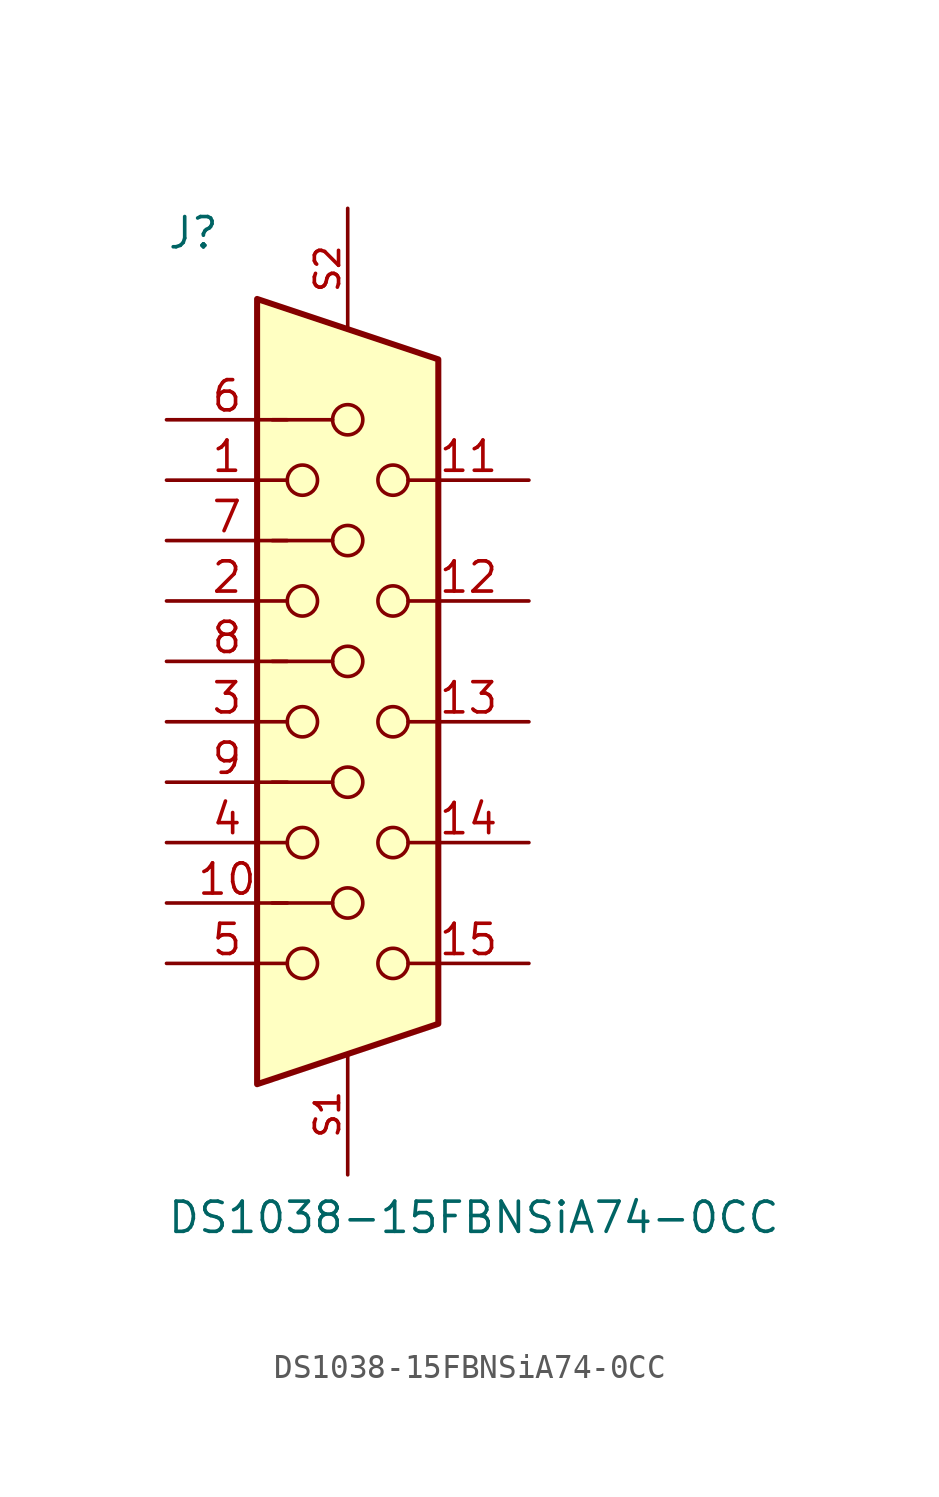
<source format=kicad_sym>
(kicad_symbol_lib
  (version 20241209)
  (generator "kicad_symbol_editor")
  (generator_version "9.0")
  (symbol "DS1038-15FBNSiA74-0CC"
    (pin_names
      (offset 1.016))
    (property "Reference" "J"
      (at -7.62 18.542 0)
      (effects (font (size 1.27 1.27)) (justify left bottom)))
    (property "Value" "DS1038-15FBNSiA74-0CC"
      (at -7.62 -22.86 0)
      (effects (font (size 1.27 1.27)) (justify left bottom)))
    (symbol "DS1038-15FBNSiA74-0CC_0_0"
      (pin passive line (at 0 20.32 270) (length 5.08) (name "SHIELD__1" (effects (font (size 0 0)))) (number "S2" (effects (font (size 1.016 1.016)))))
      (pin passive line (at 0 -20.32 90) (length 5.08) (name "SHIELD" (effects (font (size 0 0)))) (number "S1" (effects (font (size 1.016 1.016))))))
    (symbol "DS1038-15FBNSiA74-0CC_1_1"
      (polyline (pts (xy -3.81 16.51) (xy -3.81 -16.51) (xy 3.81 -13.97) (xy 3.81 13.97) (xy -3.81 16.51)) (stroke (width 0.254) (type solid)) (fill (type background)))
      (polyline (pts (xy -3.175 6.35) (xy -0.635 6.35)) (stroke (width 0) (type solid)) (fill (type none)))
      (circle (center -1.905 8.89) (radius 0.635) (stroke (width 0) (type solid)) (fill (type none)))
      (circle (center -1.905 3.81) (radius 0.635) (stroke (width 0) (type solid)) (fill (type none)))
      (circle (center -1.905 -1.27) (radius 0.635) (stroke (width 0) (type solid)) (fill (type none)))
      (circle (center -1.905 -6.35) (radius 0.635) (stroke (width 0) (type solid)) (fill (type none)))
      (circle (center -1.905 -11.43) (radius 0.635) (stroke (width 0) (type solid)) (fill (type none)))
      (polyline (pts (xy -0.635 11.43) (xy -3.175 11.43)) (stroke (width 0) (type solid)) (fill (type none)))
      (polyline (pts (xy -0.635 1.27) (xy -3.175 1.27)) (stroke (width 0) (type solid)) (fill (type none)))
      (polyline (pts (xy -0.635 -3.81) (xy -3.175 -3.81)) (stroke (width 0) (type solid)) (fill (type none)))
      (polyline (pts (xy -0.635 -8.89) (xy -3.175 -8.89)) (stroke (width 0) (type solid)) (fill (type none)))
      (circle (center 0 11.43) (radius 0.635) (stroke (width 0) (type solid)) (fill (type none)))
      (circle (center 0 6.35) (radius 0.635) (stroke (width 0) (type solid)) (fill (type none)))
      (circle (center 0 1.27) (radius 0.635) (stroke (width 0) (type solid)) (fill (type none)))
      (circle (center 0 -3.81) (radius 0.635) (stroke (width 0) (type solid)) (fill (type none)))
      (circle (center 0 -8.89) (radius 0.635) (stroke (width 0) (type solid)) (fill (type none)))
      (circle (center 1.905 8.89) (radius 0.635) (stroke (width 0) (type solid)) (fill (type none)))
      (circle (center 1.905 3.81) (radius 0.635) (stroke (width 0) (type solid)) (fill (type none)))
      (circle (center 1.905 -1.27) (radius 0.635) (stroke (width 0) (type solid)) (fill (type none)))
      (circle (center 1.905 -6.35) (radius 0.635) (stroke (width 0) (type solid)) (fill (type none)))
      (circle (center 1.905 -11.43) (radius 0.635) (stroke (width 0) (type solid)) (fill (type none)))
      (pin passive line (at -7.62 11.43 0) (length 5.08) (name "~" (effects (font (size 1.27 1.27)))) (number "6" (effects (font (size 1.27 1.27)))))
      (pin passive line (at -7.62 8.89 0) (length 5.08) (name "~" (effects (font (size 1.27 1.27)))) (number "1" (effects (font (size 1.27 1.27)))))
      (pin passive line (at -7.62 6.35 0) (length 5.08) (name "~" (effects (font (size 1.27 1.27)))) (number "7" (effects (font (size 1.27 1.27)))))
      (pin passive line (at -7.62 3.81 0) (length 5.08) (name "~" (effects (font (size 1.27 1.27)))) (number "2" (effects (font (size 1.27 1.27)))))
      (pin passive line (at -7.62 1.27 0) (length 5.08) (name "~" (effects (font (size 1.27 1.27)))) (number "8" (effects (font (size 1.27 1.27)))))
      (pin passive line (at -7.62 -1.27 0) (length 5.08) (name "~" (effects (font (size 1.27 1.27)))) (number "3" (effects (font (size 1.27 1.27)))))
      (pin passive line (at -7.62 -3.81 0) (length 5.08) (name "~" (effects (font (size 1.27 1.27)))) (number "9" (effects (font (size 1.27 1.27)))))
      (pin passive line (at -7.62 -6.35 0) (length 5.08) (name "~" (effects (font (size 1.27 1.27)))) (number "4" (effects (font (size 1.27 1.27)))))
      (pin passive line (at -7.62 -8.89 0) (length 5.08) (name "~" (effects (font (size 1.27 1.27)))) (number "10" (effects (font (size 1.27 1.27)))))
      (pin passive line (at -7.62 -11.43 0) (length 5.08) (name "~" (effects (font (size 1.27 1.27)))) (number "5" (effects (font (size 1.27 1.27)))))
      (pin passive line (at 7.62 8.89 180) (length 5.08) (name "~" (effects (font (size 1.27 1.27)))) (number "11" (effects (font (size 1.27 1.27)))))
      (pin passive line (at 7.62 3.81 180) (length 5.08) (name "~" (effects (font (size 1.27 1.27)))) (number "12" (effects (font (size 1.27 1.27)))))
      (pin passive line (at 7.62 -1.27 180) (length 5.08) (name "~" (effects (font (size 1.27 1.27)))) (number "13" (effects (font (size 1.27 1.27)))))
      (pin passive line (at 7.62 -6.35 180) (length 5.08) (name "~" (effects (font (size 1.27 1.27)))) (number "14" (effects (font (size 1.27 1.27)))))
      (pin passive line (at 7.62 -11.43 180) (length 5.08) (name "~" (effects (font (size 1.27 1.27)))) (number "15" (effects (font (size 1.27 1.27))))))))
</source>
